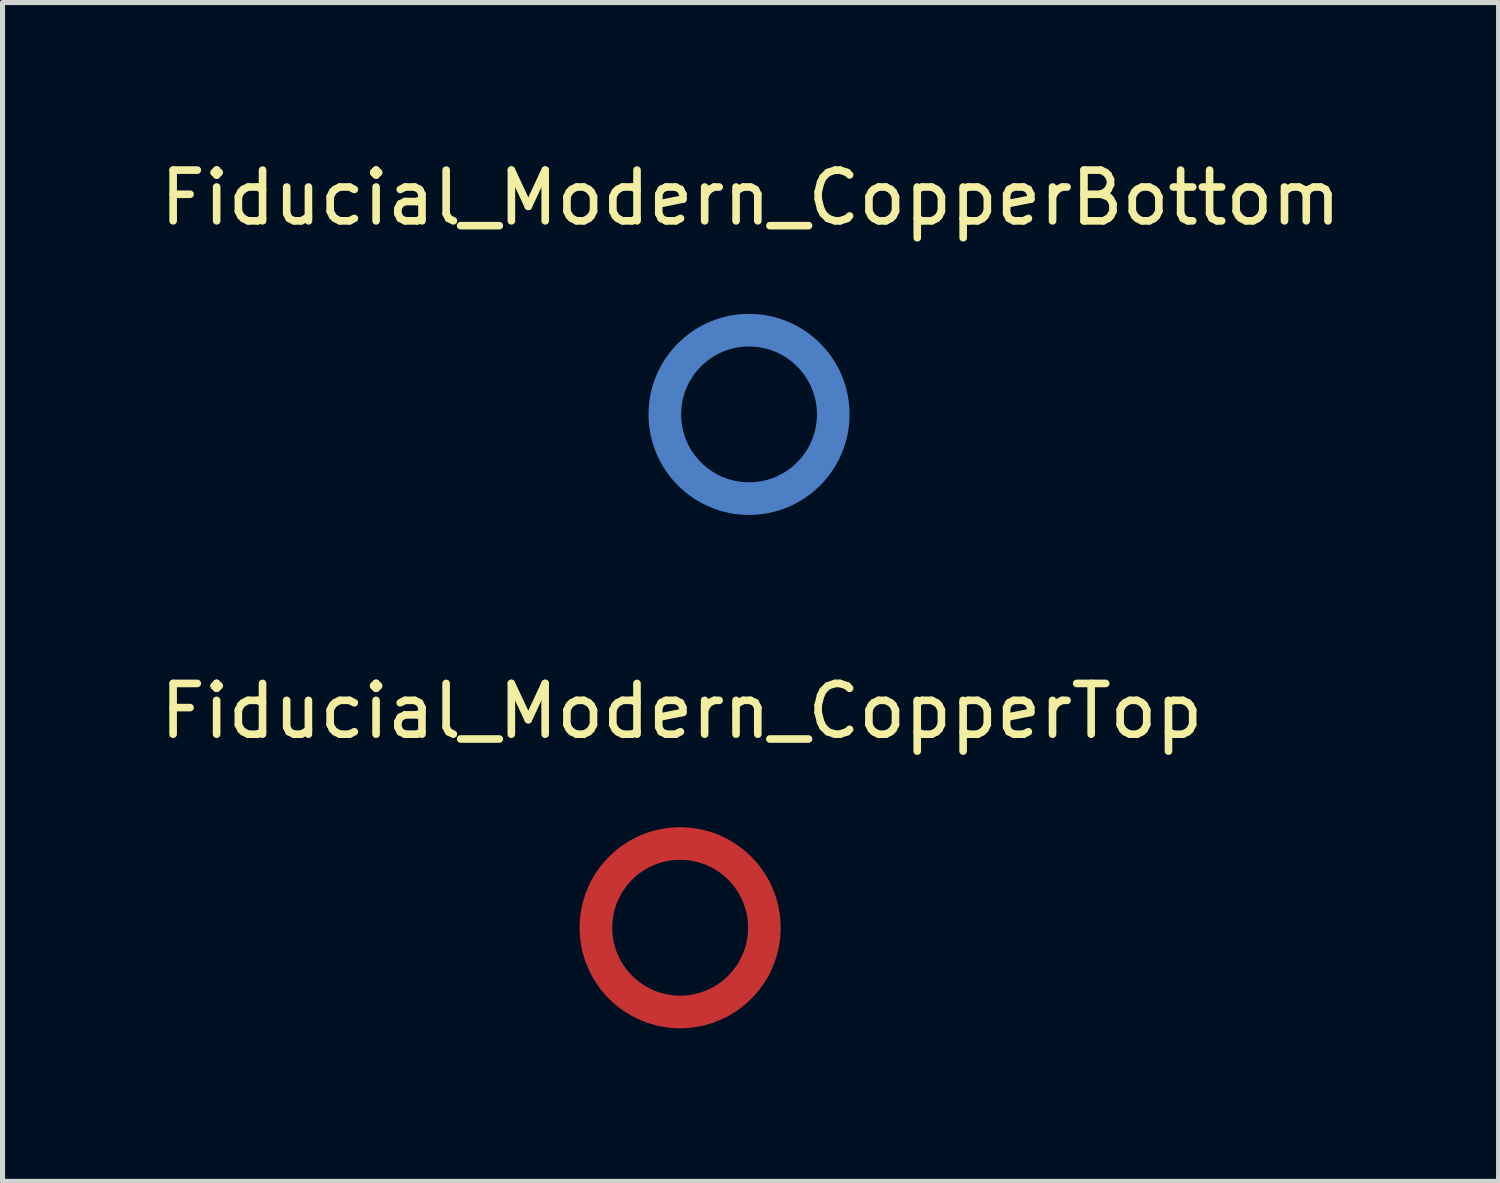
<source format=kicad_pcb>
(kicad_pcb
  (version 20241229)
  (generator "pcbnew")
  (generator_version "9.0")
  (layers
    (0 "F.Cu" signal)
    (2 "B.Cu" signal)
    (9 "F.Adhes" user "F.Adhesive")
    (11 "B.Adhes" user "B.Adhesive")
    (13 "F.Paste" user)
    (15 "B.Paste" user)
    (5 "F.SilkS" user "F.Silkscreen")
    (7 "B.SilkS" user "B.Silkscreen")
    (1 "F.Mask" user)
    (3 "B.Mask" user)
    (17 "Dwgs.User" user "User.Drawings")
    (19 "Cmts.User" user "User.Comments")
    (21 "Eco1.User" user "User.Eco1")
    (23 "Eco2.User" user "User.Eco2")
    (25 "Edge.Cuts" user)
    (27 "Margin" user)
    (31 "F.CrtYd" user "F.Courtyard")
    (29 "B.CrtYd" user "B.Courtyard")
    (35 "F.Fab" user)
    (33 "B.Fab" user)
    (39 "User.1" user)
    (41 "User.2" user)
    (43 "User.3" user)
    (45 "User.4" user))
  (footprint "Fiducial_Modern_CopperTop"
    (layer "F.Cu")
    (at 10.356 15.236)
    (property "Reference" "Fiducial_Modern_CopperTop" (at 0.03 -4.27 0) (layer "F.SilkS") (effects (font (size 1 1) (thickness 0.15))))
    (attr exclude_from_pos_files exclude_from_bom)
    (fp_circle (center 0 0) (end 1.529 0) (stroke (width 0.381) (type solid)) (fill no) (layer "F.Cu"))
    (fp_circle (center 0 0) (end 1.791 0) (stroke (width 0.381) (type solid)) (fill no) (layer "F.Cu"))
    (pad "" smd circle (at 0 0) (size 4 4) (layers "F.Mask")))
  (footprint "Fiducial_Modern_CopperBottom"
    (layer "F.Cu")
    (at 11.714 5.118)
    (property "Reference" "Fiducial_Modern_CopperBottom" (at 0.03 -4.27 0) (layer "F.SilkS") (effects (font (size 1 1) (thickness 0.15))))
    (attr exclude_from_pos_files exclude_from_bom)
    (fp_circle (center 0 0) (end 1.529 0) (stroke (width 0.381) (type solid)) (fill no) (layer "B.Cu"))
    (fp_circle (center 0 0) (end 1.791 0) (stroke (width 0.381) (type solid)) (fill no) (layer "B.Cu"))
    (pad "" smd circle (at 0 0) (size 4 4) (layers "B.Mask")))
  (gr_rect
    (start -3 -3)
    (end 26.488 20.236)
    (stroke (width 0.1) (type default))
    (fill no)
    (layer "Edge.Cuts")))
</source>
